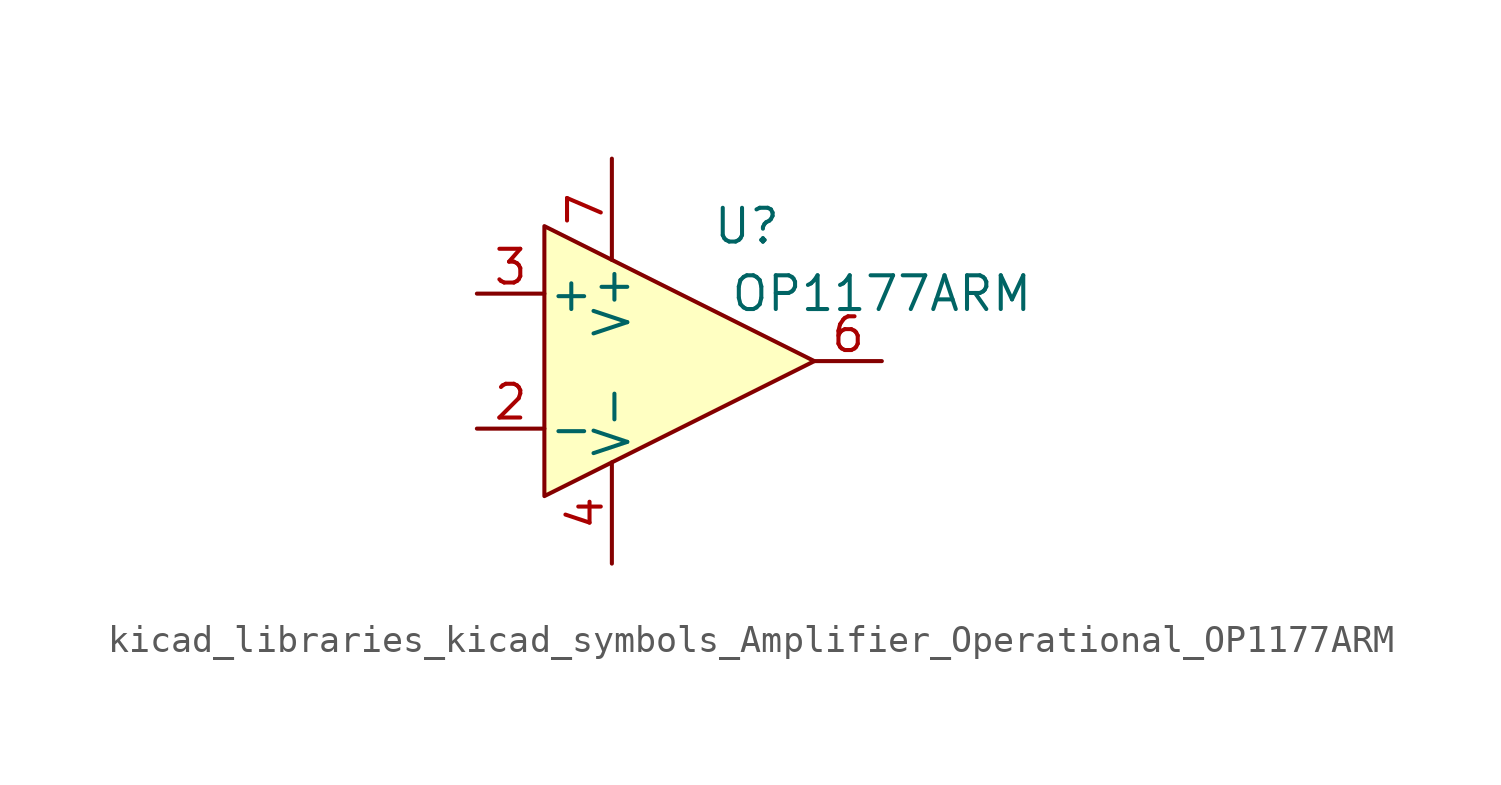
<source format=kicad_sym>
(kicad_symbol_lib
  (version 20220914)
  (generator kicad_symbol_editor)
  (symbol "kicad_libraries_kicad_symbols_Amplifier_Operational_OP1177ARM"
    (pin_names
      (offset 0.127))
    (property "Reference" "U"
      (at 2.54 5.08 0)
      (effects (font (size 1.27 1.27))))
    (property "Value" "OP1177ARM"
      (at 7.62 2.54 0)
      (effects (font (size 1.27 1.27))))
    (symbol "kicad_libraries_kicad_symbols_Amplifier_Operational_OP1177ARM_0_1"
      (polyline (pts (xy -5.08 5.08) (xy -5.08 -5.08) (xy 5.08 0) (xy -5.08 5.08)) (stroke (width 0) (type default)) (fill (type background))))
    (symbol "kicad_libraries_kicad_symbols_Amplifier_Operational_OP1177ARM_1_1"
      (pin no_connect line (at -5.08 0 0) (length 3.81) hide (name "NC" (effects (font (size 1.27 1.27)))) (number "1" (effects (font (size 1.27 1.27)))))
      (pin input line (at -7.62 -2.54 0) (length 2.54) (name "-" (effects (font (size 1.27 1.27)))) (number "2" (effects (font (size 1.27 1.27)))))
      (pin input line (at -7.62 2.54 0) (length 2.54) (name "+" (effects (font (size 1.27 1.27)))) (number "3" (effects (font (size 1.27 1.27)))))
      (pin power_in line (at -2.54 -7.62 90) (length 3.81) (name "V-" (effects (font (size 1.27 1.27)))) (number "4" (effects (font (size 1.27 1.27)))))
      (pin no_connect line (at 0 -2.54 90) (length 3.81) hide (name "NC" (effects (font (size 1.27 1.27)))) (number "5" (effects (font (size 1.27 1.27)))))
      (pin output line (at 7.62 0 180) (length 2.54) (name "~" (effects (font (size 1.27 1.27)))) (number "6" (effects (font (size 1.27 1.27)))))
      (pin power_in line (at -2.54 7.62 270) (length 3.81) (name "V+" (effects (font (size 1.27 1.27)))) (number "7" (effects (font (size 1.27 1.27)))))
      (pin no_connect line (at 0 2.54 270) (length 3.81) hide (name "NC" (effects (font (size 1.27 1.27)))) (number "8" (effects (font (size 1.27 1.27))))))))
</source>
